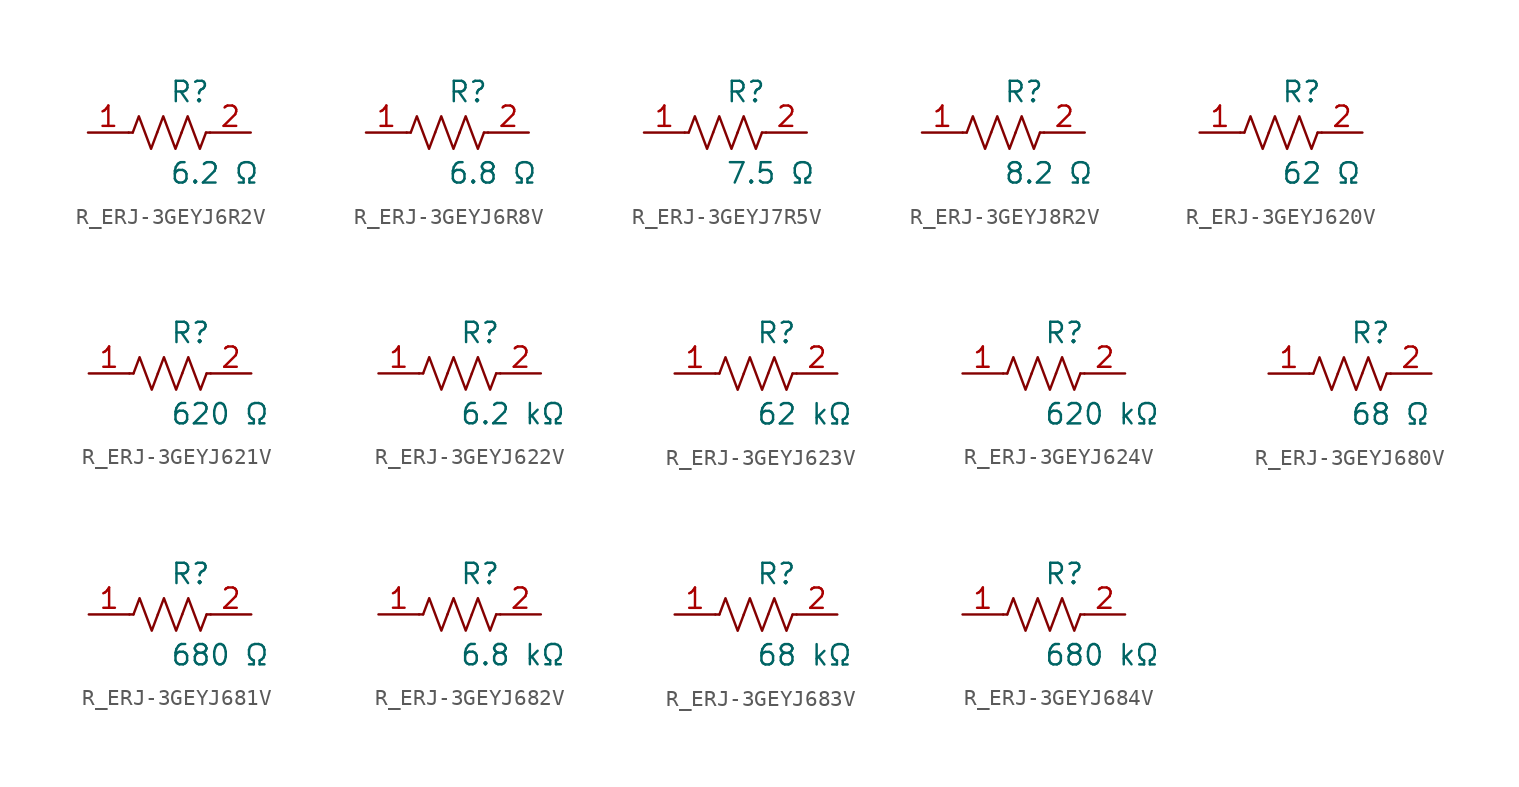
<source format=kicad_sym>
(kicad_symbol_lib
  (version 20231120)
  (generator kicad_symbol_editor)
  (generator_version 8.0)
  (symbol "R_ERJ-3GEYJ6R2V"
    (pin_names
      (offset 0.254))
    (property "Reference" "R"
      (at 0 2.54 0)
      (effects (font (size 1.27 1.27)) (justify left)))
    (property "Value" "6.2 Ω"
      (at 0 -2.54 0)
      (effects (font (size 1.27 1.27)) (justify left)))
    (symbol "R_ERJ-3GEYJ6R2V_0_1"
      (polyline (pts (xy 2.286 0) (xy 2.54 0)) (stroke (width 0) (type default)) (fill (type none)))
      (polyline (pts (xy -2.286 0) (xy -2.54 0)) (stroke (width 0) (type default)) (fill (type none)))
      (polyline (pts (xy 0.762 0) (xy 1.143 1.016) (xy 1.524 0) (xy 1.905 -1.016) (xy 2.286 0)) (stroke (width 0) (type default)) (fill (type none)))
      (polyline (pts (xy -0.762 0) (xy -0.381 1.016) (xy 0 0) (xy 0.381 -1.016) (xy 0.762 0)) (stroke (width 0) (type default)) (fill (type none)))
      (polyline (pts (xy -2.286 0) (xy -1.905 1.016) (xy -1.524 0) (xy -1.143 -1.016) (xy -0.762 0)) (stroke (width 0) (type default)) (fill (type none))))
    (pin passive line
      (at -5.08 0 0)
      (length 2.54)
      (name "" (effects (font (size 1.27 1.27))))
      (number "1" (effects (font (size 1.27 1.27)))))
    (pin passive line
      (at 5.08 0 180)
      (length 2.54)
      (name "" (effects (font (size 1.27 1.27))))
      (number "2" (effects (font (size 1.27 1.27))))))
  (symbol "R_ERJ-3GEYJ6R8V"
    (pin_names
      (offset 0.254))
    (property "Reference" "R"
      (at 0 2.54 0)
      (effects (font (size 1.27 1.27)) (justify left)))
    (property "Value" "6.8 Ω"
      (at 0 -2.54 0)
      (effects (font (size 1.27 1.27)) (justify left)))
    (symbol "R_ERJ-3GEYJ6R8V_0_1"
      (polyline (pts (xy 2.286 0) (xy 2.54 0)) (stroke (width 0) (type default)) (fill (type none)))
      (polyline (pts (xy -2.286 0) (xy -2.54 0)) (stroke (width 0) (type default)) (fill (type none)))
      (polyline (pts (xy 0.762 0) (xy 1.143 1.016) (xy 1.524 0) (xy 1.905 -1.016) (xy 2.286 0)) (stroke (width 0) (type default)) (fill (type none)))
      (polyline (pts (xy -0.762 0) (xy -0.381 1.016) (xy 0 0) (xy 0.381 -1.016) (xy 0.762 0)) (stroke (width 0) (type default)) (fill (type none)))
      (polyline (pts (xy -2.286 0) (xy -1.905 1.016) (xy -1.524 0) (xy -1.143 -1.016) (xy -0.762 0)) (stroke (width 0) (type default)) (fill (type none))))
    (pin passive line
      (at -5.08 0 0)
      (length 2.54)
      (name "" (effects (font (size 1.27 1.27))))
      (number "1" (effects (font (size 1.27 1.27)))))
    (pin passive line
      (at 5.08 0 180)
      (length 2.54)
      (name "" (effects (font (size 1.27 1.27))))
      (number "2" (effects (font (size 1.27 1.27))))))
  (symbol "R_ERJ-3GEYJ7R5V"
    (pin_names
      (offset 0.254))
    (property "Reference" "R"
      (at 0 2.54 0)
      (effects (font (size 1.27 1.27)) (justify left)))
    (property "Value" "7.5 Ω"
      (at 0 -2.54 0)
      (effects (font (size 1.27 1.27)) (justify left)))
    (symbol "R_ERJ-3GEYJ7R5V_0_1"
      (polyline (pts (xy 2.286 0) (xy 2.54 0)) (stroke (width 0) (type default)) (fill (type none)))
      (polyline (pts (xy -2.286 0) (xy -2.54 0)) (stroke (width 0) (type default)) (fill (type none)))
      (polyline (pts (xy 0.762 0) (xy 1.143 1.016) (xy 1.524 0) (xy 1.905 -1.016) (xy 2.286 0)) (stroke (width 0) (type default)) (fill (type none)))
      (polyline (pts (xy -0.762 0) (xy -0.381 1.016) (xy 0 0) (xy 0.381 -1.016) (xy 0.762 0)) (stroke (width 0) (type default)) (fill (type none)))
      (polyline (pts (xy -2.286 0) (xy -1.905 1.016) (xy -1.524 0) (xy -1.143 -1.016) (xy -0.762 0)) (stroke (width 0) (type default)) (fill (type none))))
    (pin passive line
      (at -5.08 0 0)
      (length 2.54)
      (name "" (effects (font (size 1.27 1.27))))
      (number "1" (effects (font (size 1.27 1.27)))))
    (pin passive line
      (at 5.08 0 180)
      (length 2.54)
      (name "" (effects (font (size 1.27 1.27))))
      (number "2" (effects (font (size 1.27 1.27))))))
  (symbol "R_ERJ-3GEYJ8R2V"
    (pin_names
      (offset 0.254))
    (property "Reference" "R"
      (at 0 2.54 0)
      (effects (font (size 1.27 1.27)) (justify left)))
    (property "Value" "8.2 Ω"
      (at 0 -2.54 0)
      (effects (font (size 1.27 1.27)) (justify left)))
    (symbol "R_ERJ-3GEYJ8R2V_0_1"
      (polyline (pts (xy 2.286 0) (xy 2.54 0)) (stroke (width 0) (type default)) (fill (type none)))
      (polyline (pts (xy -2.286 0) (xy -2.54 0)) (stroke (width 0) (type default)) (fill (type none)))
      (polyline (pts (xy 0.762 0) (xy 1.143 1.016) (xy 1.524 0) (xy 1.905 -1.016) (xy 2.286 0)) (stroke (width 0) (type default)) (fill (type none)))
      (polyline (pts (xy -0.762 0) (xy -0.381 1.016) (xy 0 0) (xy 0.381 -1.016) (xy 0.762 0)) (stroke (width 0) (type default)) (fill (type none)))
      (polyline (pts (xy -2.286 0) (xy -1.905 1.016) (xy -1.524 0) (xy -1.143 -1.016) (xy -0.762 0)) (stroke (width 0) (type default)) (fill (type none))))
    (pin passive line
      (at -5.08 0 0)
      (length 2.54)
      (name "" (effects (font (size 1.27 1.27))))
      (number "1" (effects (font (size 1.27 1.27)))))
    (pin passive line
      (at 5.08 0 180)
      (length 2.54)
      (name "" (effects (font (size 1.27 1.27))))
      (number "2" (effects (font (size 1.27 1.27))))))
  (symbol "R_ERJ-3GEYJ620V"
    (pin_names
      (offset 0.254))
    (property "Reference" "R"
      (at 0 2.54 0)
      (effects (font (size 1.27 1.27)) (justify left)))
    (property "Value" "62 Ω"
      (at 0 -2.54 0)
      (effects (font (size 1.27 1.27)) (justify left)))
    (symbol "R_ERJ-3GEYJ620V_0_1"
      (polyline (pts (xy 2.286 0) (xy 2.54 0)) (stroke (width 0) (type default)) (fill (type none)))
      (polyline (pts (xy -2.286 0) (xy -2.54 0)) (stroke (width 0) (type default)) (fill (type none)))
      (polyline (pts (xy 0.762 0) (xy 1.143 1.016) (xy 1.524 0) (xy 1.905 -1.016) (xy 2.286 0)) (stroke (width 0) (type default)) (fill (type none)))
      (polyline (pts (xy -0.762 0) (xy -0.381 1.016) (xy 0 0) (xy 0.381 -1.016) (xy 0.762 0)) (stroke (width 0) (type default)) (fill (type none)))
      (polyline (pts (xy -2.286 0) (xy -1.905 1.016) (xy -1.524 0) (xy -1.143 -1.016) (xy -0.762 0)) (stroke (width 0) (type default)) (fill (type none))))
    (pin passive line
      (at -5.08 0 0)
      (length 2.54)
      (name "" (effects (font (size 1.27 1.27))))
      (number "1" (effects (font (size 1.27 1.27)))))
    (pin passive line
      (at 5.08 0 180)
      (length 2.54)
      (name "" (effects (font (size 1.27 1.27))))
      (number "2" (effects (font (size 1.27 1.27))))))
  (symbol "R_ERJ-3GEYJ621V"
    (pin_names
      (offset 0.254))
    (property "Reference" "R"
      (at 0 2.54 0)
      (effects (font (size 1.27 1.27)) (justify left)))
    (property "Value" "620 Ω"
      (at 0 -2.54 0)
      (effects (font (size 1.27 1.27)) (justify left)))
    (symbol "R_ERJ-3GEYJ621V_0_1"
      (polyline (pts (xy 2.286 0) (xy 2.54 0)) (stroke (width 0) (type default)) (fill (type none)))
      (polyline (pts (xy -2.286 0) (xy -2.54 0)) (stroke (width 0) (type default)) (fill (type none)))
      (polyline (pts (xy 0.762 0) (xy 1.143 1.016) (xy 1.524 0) (xy 1.905 -1.016) (xy 2.286 0)) (stroke (width 0) (type default)) (fill (type none)))
      (polyline (pts (xy -0.762 0) (xy -0.381 1.016) (xy 0 0) (xy 0.381 -1.016) (xy 0.762 0)) (stroke (width 0) (type default)) (fill (type none)))
      (polyline (pts (xy -2.286 0) (xy -1.905 1.016) (xy -1.524 0) (xy -1.143 -1.016) (xy -0.762 0)) (stroke (width 0) (type default)) (fill (type none))))
    (pin passive line
      (at -5.08 0 0)
      (length 2.54)
      (name "" (effects (font (size 1.27 1.27))))
      (number "1" (effects (font (size 1.27 1.27)))))
    (pin passive line
      (at 5.08 0 180)
      (length 2.54)
      (name "" (effects (font (size 1.27 1.27))))
      (number "2" (effects (font (size 1.27 1.27))))))
  (symbol "R_ERJ-3GEYJ622V"
    (pin_names
      (offset 0.254))
    (property "Reference" "R"
      (at 0 2.54 0)
      (effects (font (size 1.27 1.27)) (justify left)))
    (property "Value" "6.2 kΩ"
      (at 0 -2.54 0)
      (effects (font (size 1.27 1.27)) (justify left)))
    (symbol "R_ERJ-3GEYJ622V_0_1"
      (polyline (pts (xy 2.286 0) (xy 2.54 0)) (stroke (width 0) (type default)) (fill (type none)))
      (polyline (pts (xy -2.286 0) (xy -2.54 0)) (stroke (width 0) (type default)) (fill (type none)))
      (polyline (pts (xy 0.762 0) (xy 1.143 1.016) (xy 1.524 0) (xy 1.905 -1.016) (xy 2.286 0)) (stroke (width 0) (type default)) (fill (type none)))
      (polyline (pts (xy -0.762 0) (xy -0.381 1.016) (xy 0 0) (xy 0.381 -1.016) (xy 0.762 0)) (stroke (width 0) (type default)) (fill (type none)))
      (polyline (pts (xy -2.286 0) (xy -1.905 1.016) (xy -1.524 0) (xy -1.143 -1.016) (xy -0.762 0)) (stroke (width 0) (type default)) (fill (type none))))
    (pin passive line
      (at -5.08 0 0)
      (length 2.54)
      (name "" (effects (font (size 1.27 1.27))))
      (number "1" (effects (font (size 1.27 1.27)))))
    (pin passive line
      (at 5.08 0 180)
      (length 2.54)
      (name "" (effects (font (size 1.27 1.27))))
      (number "2" (effects (font (size 1.27 1.27))))))
  (symbol "R_ERJ-3GEYJ623V"
    (pin_names
      (offset 0.254))
    (property "Reference" "R"
      (at 0 2.54 0)
      (effects (font (size 1.27 1.27)) (justify left)))
    (property "Value" "62 kΩ"
      (at 0 -2.54 0)
      (effects (font (size 1.27 1.27)) (justify left)))
    (symbol "R_ERJ-3GEYJ623V_0_1"
      (polyline (pts (xy 2.286 0) (xy 2.54 0)) (stroke (width 0) (type default)) (fill (type none)))
      (polyline (pts (xy -2.286 0) (xy -2.54 0)) (stroke (width 0) (type default)) (fill (type none)))
      (polyline (pts (xy 0.762 0) (xy 1.143 1.016) (xy 1.524 0) (xy 1.905 -1.016) (xy 2.286 0)) (stroke (width 0) (type default)) (fill (type none)))
      (polyline (pts (xy -0.762 0) (xy -0.381 1.016) (xy 0 0) (xy 0.381 -1.016) (xy 0.762 0)) (stroke (width 0) (type default)) (fill (type none)))
      (polyline (pts (xy -2.286 0) (xy -1.905 1.016) (xy -1.524 0) (xy -1.143 -1.016) (xy -0.762 0)) (stroke (width 0) (type default)) (fill (type none))))
    (pin passive line
      (at -5.08 0 0)
      (length 2.54)
      (name "" (effects (font (size 1.27 1.27))))
      (number "1" (effects (font (size 1.27 1.27)))))
    (pin passive line
      (at 5.08 0 180)
      (length 2.54)
      (name "" (effects (font (size 1.27 1.27))))
      (number "2" (effects (font (size 1.27 1.27))))))
  (symbol "R_ERJ-3GEYJ624V"
    (pin_names
      (offset 0.254))
    (property "Reference" "R"
      (at 0 2.54 0)
      (effects (font (size 1.27 1.27)) (justify left)))
    (property "Value" "620 kΩ"
      (at 0 -2.54 0)
      (effects (font (size 1.27 1.27)) (justify left)))
    (symbol "R_ERJ-3GEYJ624V_0_1"
      (polyline (pts (xy 2.286 0) (xy 2.54 0)) (stroke (width 0) (type default)) (fill (type none)))
      (polyline (pts (xy -2.286 0) (xy -2.54 0)) (stroke (width 0) (type default)) (fill (type none)))
      (polyline (pts (xy 0.762 0) (xy 1.143 1.016) (xy 1.524 0) (xy 1.905 -1.016) (xy 2.286 0)) (stroke (width 0) (type default)) (fill (type none)))
      (polyline (pts (xy -0.762 0) (xy -0.381 1.016) (xy 0 0) (xy 0.381 -1.016) (xy 0.762 0)) (stroke (width 0) (type default)) (fill (type none)))
      (polyline (pts (xy -2.286 0) (xy -1.905 1.016) (xy -1.524 0) (xy -1.143 -1.016) (xy -0.762 0)) (stroke (width 0) (type default)) (fill (type none))))
    (pin passive line
      (at -5.08 0 0)
      (length 2.54)
      (name "" (effects (font (size 1.27 1.27))))
      (number "1" (effects (font (size 1.27 1.27)))))
    (pin passive line
      (at 5.08 0 180)
      (length 2.54)
      (name "" (effects (font (size 1.27 1.27))))
      (number "2" (effects (font (size 1.27 1.27))))))
  (symbol "R_ERJ-3GEYJ680V"
    (pin_names
      (offset 0.254))
    (property "Reference" "R"
      (at 0 2.54 0)
      (effects (font (size 1.27 1.27)) (justify left)))
    (property "Value" "68 Ω"
      (at 0 -2.54 0)
      (effects (font (size 1.27 1.27)) (justify left)))
    (symbol "R_ERJ-3GEYJ680V_0_1"
      (polyline (pts (xy 2.286 0) (xy 2.54 0)) (stroke (width 0) (type default)) (fill (type none)))
      (polyline (pts (xy -2.286 0) (xy -2.54 0)) (stroke (width 0) (type default)) (fill (type none)))
      (polyline (pts (xy 0.762 0) (xy 1.143 1.016) (xy 1.524 0) (xy 1.905 -1.016) (xy 2.286 0)) (stroke (width 0) (type default)) (fill (type none)))
      (polyline (pts (xy -0.762 0) (xy -0.381 1.016) (xy 0 0) (xy 0.381 -1.016) (xy 0.762 0)) (stroke (width 0) (type default)) (fill (type none)))
      (polyline (pts (xy -2.286 0) (xy -1.905 1.016) (xy -1.524 0) (xy -1.143 -1.016) (xy -0.762 0)) (stroke (width 0) (type default)) (fill (type none))))
    (pin passive line
      (at -5.08 0 0)
      (length 2.54)
      (name "" (effects (font (size 1.27 1.27))))
      (number "1" (effects (font (size 1.27 1.27)))))
    (pin passive line
      (at 5.08 0 180)
      (length 2.54)
      (name "" (effects (font (size 1.27 1.27))))
      (number "2" (effects (font (size 1.27 1.27))))))
  (symbol "R_ERJ-3GEYJ681V"
    (pin_names
      (offset 0.254))
    (property "Reference" "R"
      (at 0 2.54 0)
      (effects (font (size 1.27 1.27)) (justify left)))
    (property "Value" "680 Ω"
      (at 0 -2.54 0)
      (effects (font (size 1.27 1.27)) (justify left)))
    (symbol "R_ERJ-3GEYJ681V_0_1"
      (polyline (pts (xy 2.286 0) (xy 2.54 0)) (stroke (width 0) (type default)) (fill (type none)))
      (polyline (pts (xy -2.286 0) (xy -2.54 0)) (stroke (width 0) (type default)) (fill (type none)))
      (polyline (pts (xy 0.762 0) (xy 1.143 1.016) (xy 1.524 0) (xy 1.905 -1.016) (xy 2.286 0)) (stroke (width 0) (type default)) (fill (type none)))
      (polyline (pts (xy -0.762 0) (xy -0.381 1.016) (xy 0 0) (xy 0.381 -1.016) (xy 0.762 0)) (stroke (width 0) (type default)) (fill (type none)))
      (polyline (pts (xy -2.286 0) (xy -1.905 1.016) (xy -1.524 0) (xy -1.143 -1.016) (xy -0.762 0)) (stroke (width 0) (type default)) (fill (type none))))
    (pin passive line
      (at -5.08 0 0)
      (length 2.54)
      (name "" (effects (font (size 1.27 1.27))))
      (number "1" (effects (font (size 1.27 1.27)))))
    (pin passive line
      (at 5.08 0 180)
      (length 2.54)
      (name "" (effects (font (size 1.27 1.27))))
      (number "2" (effects (font (size 1.27 1.27))))))
  (symbol "R_ERJ-3GEYJ682V"
    (pin_names
      (offset 0.254))
    (property "Reference" "R"
      (at 0 2.54 0)
      (effects (font (size 1.27 1.27)) (justify left)))
    (property "Value" "6.8 kΩ"
      (at 0 -2.54 0)
      (effects (font (size 1.27 1.27)) (justify left)))
    (symbol "R_ERJ-3GEYJ682V_0_1"
      (polyline (pts (xy 2.286 0) (xy 2.54 0)) (stroke (width 0) (type default)) (fill (type none)))
      (polyline (pts (xy -2.286 0) (xy -2.54 0)) (stroke (width 0) (type default)) (fill (type none)))
      (polyline (pts (xy 0.762 0) (xy 1.143 1.016) (xy 1.524 0) (xy 1.905 -1.016) (xy 2.286 0)) (stroke (width 0) (type default)) (fill (type none)))
      (polyline (pts (xy -0.762 0) (xy -0.381 1.016) (xy 0 0) (xy 0.381 -1.016) (xy 0.762 0)) (stroke (width 0) (type default)) (fill (type none)))
      (polyline (pts (xy -2.286 0) (xy -1.905 1.016) (xy -1.524 0) (xy -1.143 -1.016) (xy -0.762 0)) (stroke (width 0) (type default)) (fill (type none))))
    (pin passive line
      (at -5.08 0 0)
      (length 2.54)
      (name "" (effects (font (size 1.27 1.27))))
      (number "1" (effects (font (size 1.27 1.27)))))
    (pin passive line
      (at 5.08 0 180)
      (length 2.54)
      (name "" (effects (font (size 1.27 1.27))))
      (number "2" (effects (font (size 1.27 1.27))))))
  (symbol "R_ERJ-3GEYJ683V"
    (pin_names
      (offset 0.254))
    (property "Reference" "R"
      (at 0 2.54 0)
      (effects (font (size 1.27 1.27)) (justify left)))
    (property "Value" "68 kΩ"
      (at 0 -2.54 0)
      (effects (font (size 1.27 1.27)) (justify left)))
    (symbol "R_ERJ-3GEYJ683V_0_1"
      (polyline (pts (xy 2.286 0) (xy 2.54 0)) (stroke (width 0) (type default)) (fill (type none)))
      (polyline (pts (xy -2.286 0) (xy -2.54 0)) (stroke (width 0) (type default)) (fill (type none)))
      (polyline (pts (xy 0.762 0) (xy 1.143 1.016) (xy 1.524 0) (xy 1.905 -1.016) (xy 2.286 0)) (stroke (width 0) (type default)) (fill (type none)))
      (polyline (pts (xy -0.762 0) (xy -0.381 1.016) (xy 0 0) (xy 0.381 -1.016) (xy 0.762 0)) (stroke (width 0) (type default)) (fill (type none)))
      (polyline (pts (xy -2.286 0) (xy -1.905 1.016) (xy -1.524 0) (xy -1.143 -1.016) (xy -0.762 0)) (stroke (width 0) (type default)) (fill (type none))))
    (pin passive line
      (at -5.08 0 0)
      (length 2.54)
      (name "" (effects (font (size 1.27 1.27))))
      (number "1" (effects (font (size 1.27 1.27)))))
    (pin passive line
      (at 5.08 0 180)
      (length 2.54)
      (name "" (effects (font (size 1.27 1.27))))
      (number "2" (effects (font (size 1.27 1.27))))))
  (symbol "R_ERJ-3GEYJ684V"
    (pin_names
      (offset 0.254))
    (property "Reference" "R"
      (at 0 2.54 0)
      (effects (font (size 1.27 1.27)) (justify left)))
    (property "Value" "680 kΩ"
      (at 0 -2.54 0)
      (effects (font (size 1.27 1.27)) (justify left)))
    (symbol "R_ERJ-3GEYJ684V_0_1"
      (polyline (pts (xy 2.286 0) (xy 2.54 0)) (stroke (width 0) (type default)) (fill (type none)))
      (polyline (pts (xy -2.286 0) (xy -2.54 0)) (stroke (width 0) (type default)) (fill (type none)))
      (polyline (pts (xy 0.762 0) (xy 1.143 1.016) (xy 1.524 0) (xy 1.905 -1.016) (xy 2.286 0)) (stroke (width 0) (type default)) (fill (type none)))
      (polyline (pts (xy -0.762 0) (xy -0.381 1.016) (xy 0 0) (xy 0.381 -1.016) (xy 0.762 0)) (stroke (width 0) (type default)) (fill (type none)))
      (polyline (pts (xy -2.286 0) (xy -1.905 1.016) (xy -1.524 0) (xy -1.143 -1.016) (xy -0.762 0)) (stroke (width 0) (type default)) (fill (type none))))
    (pin passive line
      (at -5.08 0 0)
      (length 2.54)
      (name "" (effects (font (size 1.27 1.27))))
      (number "1" (effects (font (size 1.27 1.27)))))
    (pin passive line
      (at 5.08 0 180)
      (length 2.54)
      (name "" (effects (font (size 1.27 1.27))))
      (number "2" (effects (font (size 1.27 1.27)))))))
</source>
